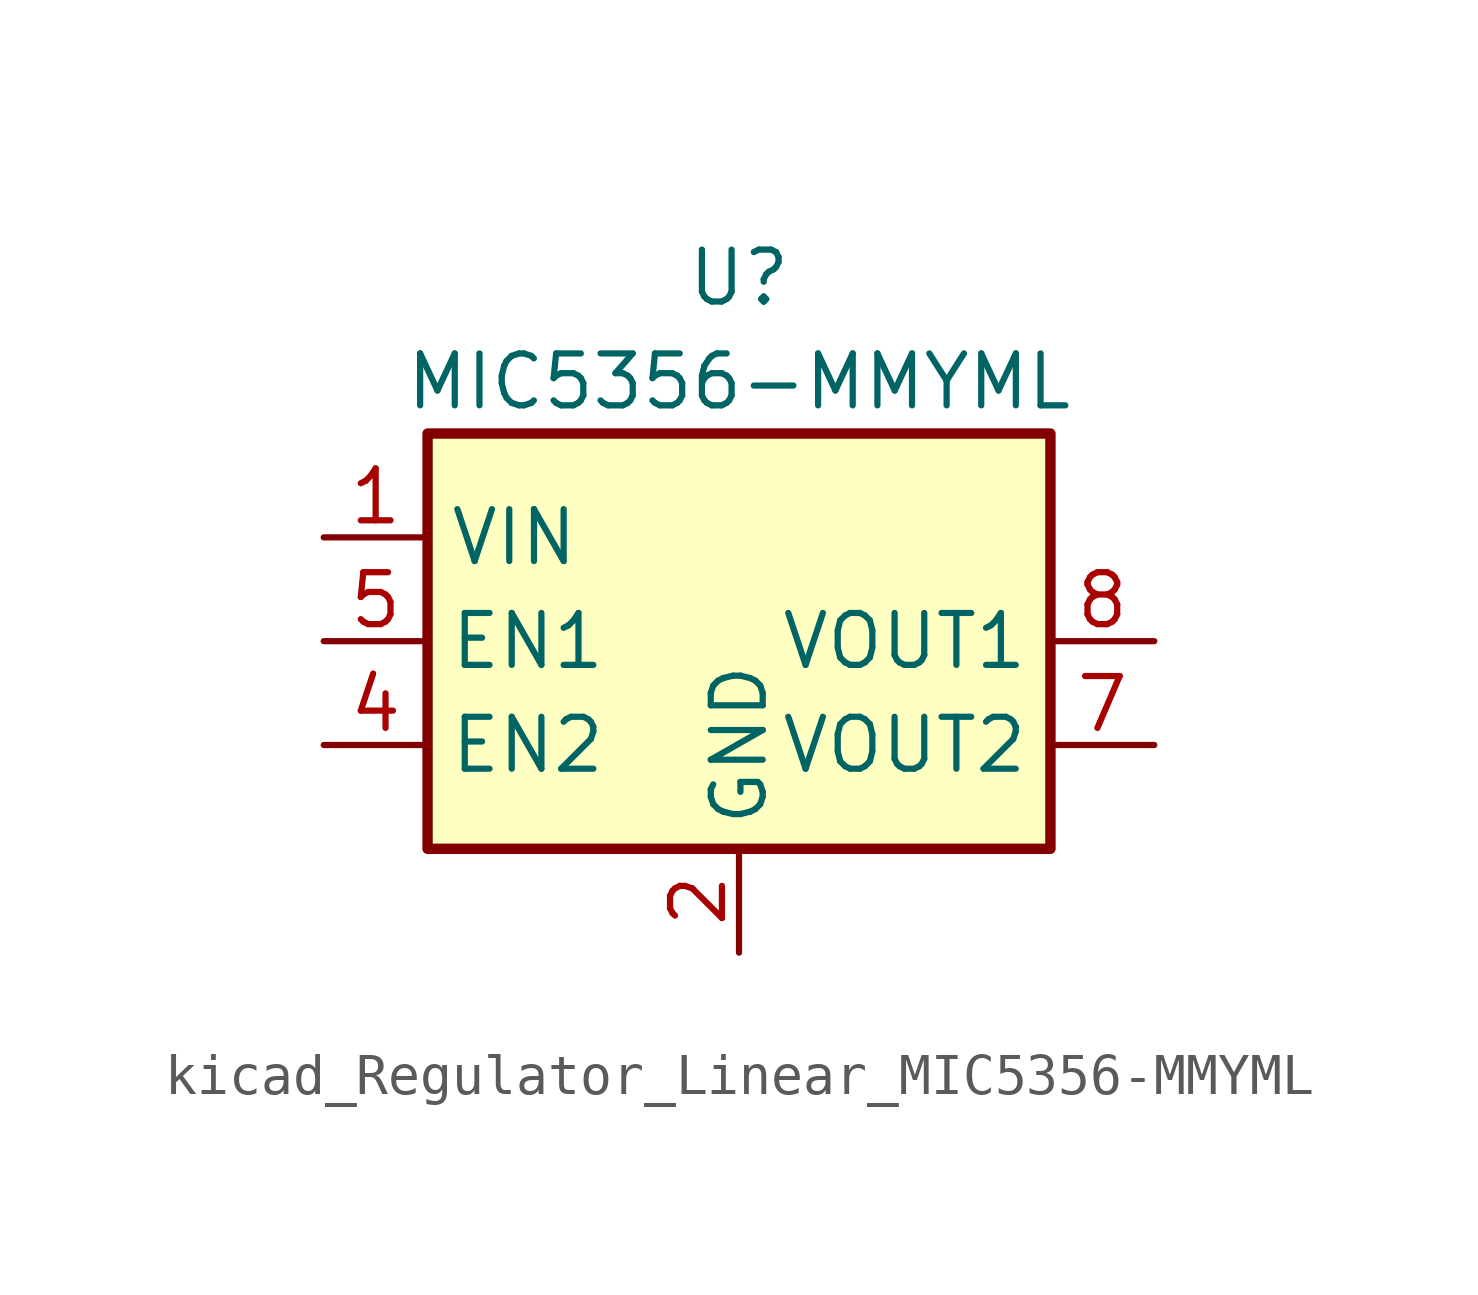
<source format=kicad_sym>
(kicad_symbol_lib
  (version 20220914)
  (generator kicad_symbol_editor)
  (symbol "kicad_Regulator_Linear_MIC5356-MMYML"
    (property "Reference" "U"
      (at 0 8.89 0)
      (effects (font (size 1.27 1.27))))
    (property "Value" "MIC5356-MMYML"
      (at 0 6.35 0)
      (effects (font (size 1.27 1.27))))
    (symbol "kicad_Regulator_Linear_MIC5356-MMYML_0_1"
      (rectangle (start -7.62 5.08) (end 7.62 -5.08) (stroke (width 0.254) (type default)) (fill (type background))))
    (symbol "kicad_Regulator_Linear_MIC5356-MMYML_1_1"
      (pin power_in line (at -10.16 2.54 0) (length 2.54) (name "VIN" (effects (font (size 1.27 1.27)))) (number "1" (effects (font (size 1.27 1.27)))))
      (pin power_in line (at 0 -7.62 90) (length 2.54) (name "GND" (effects (font (size 1.27 1.27)))) (number "2" (effects (font (size 1.27 1.27)))))
      (pin no_connect line (at 0 5.08 270) (length 2.54) hide (name "NC" (effects (font (size 1.27 1.27)))) (number "3" (effects (font (size 1.27 1.27)))))
      (pin input line (at -10.16 -2.54 0) (length 2.54) (name "EN2" (effects (font (size 1.27 1.27)))) (number "4" (effects (font (size 1.27 1.27)))))
      (pin input line (at -10.16 0 0) (length 2.54) (name "EN1" (effects (font (size 1.27 1.27)))) (number "5" (effects (font (size 1.27 1.27)))))
      (pin no_connect line (at 7.62 2.54 180) (length 2.54) hide (name "NC" (effects (font (size 1.27 1.27)))) (number "6" (effects (font (size 1.27 1.27)))))
      (pin power_out line (at 10.16 -2.54 180) (length 2.54) (name "VOUT2" (effects (font (size 1.27 1.27)))) (number "7" (effects (font (size 1.27 1.27)))))
      (pin power_out line (at 10.16 0 180) (length 2.54) (name "VOUT1" (effects (font (size 1.27 1.27)))) (number "8" (effects (font (size 1.27 1.27)))))
      (pin passive line (at 0 -7.62 90) (length 2.54) hide (name "GND" (effects (font (size 1.27 1.27)))) (number "9" (effects (font (size 1.27 1.27))))))))
</source>
